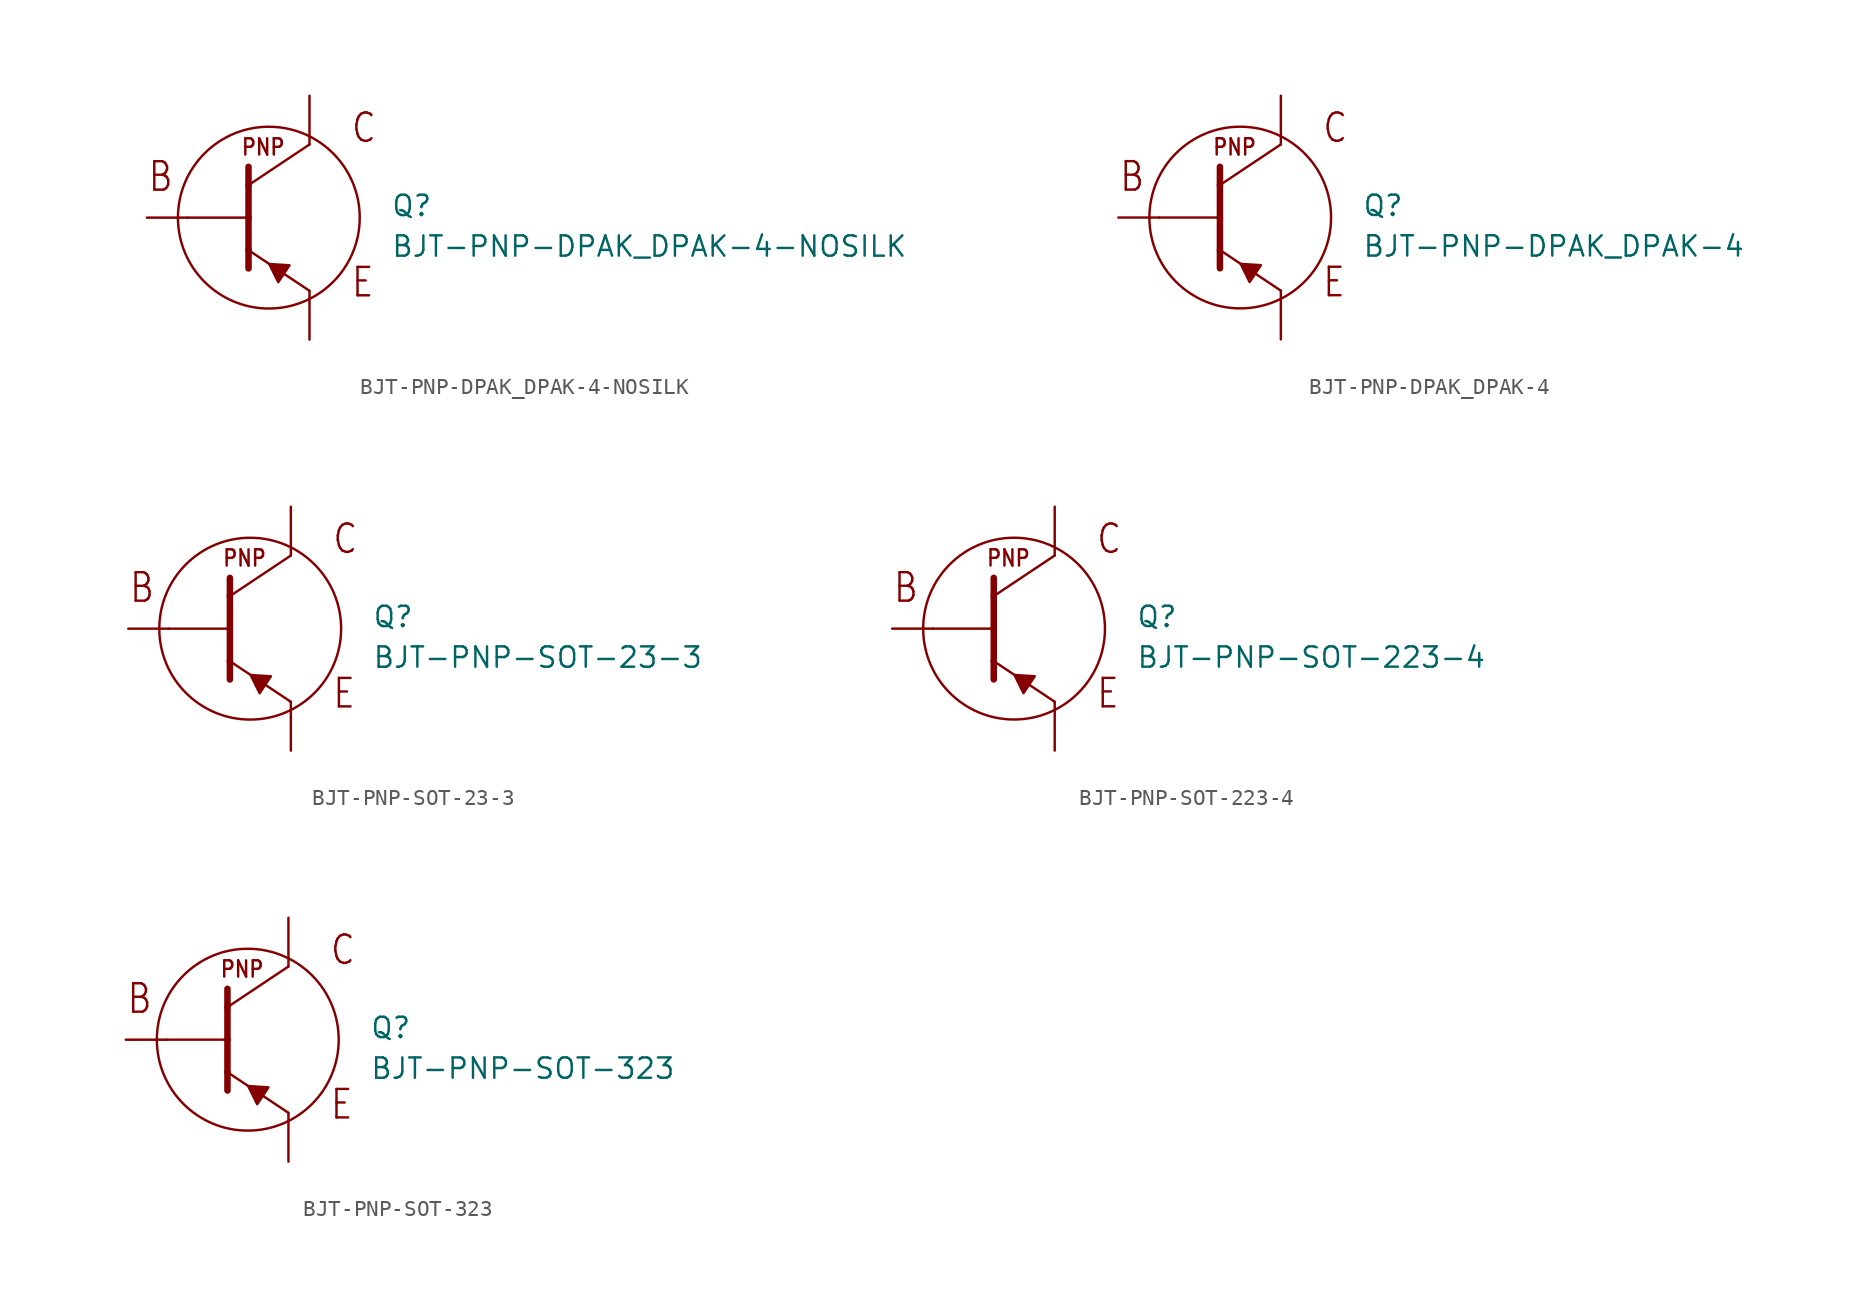
<source format=kicad_sym>
(kicad_symbol_lib
  (version 20211014)
  (generator kicad_symbol_editor)
  (symbol "BJT-PNP-DPAK_DPAK-4-NOSILK"
    (pin_numbers hide)
    (pin_names hide)
    (property "Reference" "Q"
      (at 7.62 0 0)
      (effects (font (size 1.27 1.27)) (justify left bottom)))
    (property "Value" "BJT-PNP-DPAK_DPAK-4-NOSILK"
      (at 7.62 -2.54 0)
      (effects (font (size 1.27 1.27)) (justify left bottom)))
    (property "Datasheet" ""
      (at 0 0 0))
    (property "ki_description" "BJT PNP  - DPAK "
      (at 0 0 0))
    (property "ki_fp_filters" "FlashPCB_Transistors:DPAK_TO-252-4_NOSILK"
      (at 0 0 0))
    (symbol "BJT-PNP-DPAK_DPAK-4-NOSILK_1_1"
      (text "PNP" (at -1.778 3.81 0) (effects (font (size 1.016 0.869)) (justify left bottom)))
      (text "C" (at 5.08 4.572 0) (effects (font (size 1.778 1.52)) (justify left bottom)))
      (text "E" (at 5.08 -5.08 0) (effects (font (size 1.778 1.52)) (justify left bottom)))
      (text "B" (at -7.62 1.524 0) (effects (font (size 1.778 1.52)) (justify left bottom)))
      (polyline (pts (xy 0.588 -4.034) (xy 1.292 -2.977) (xy 0.025 -2.895) (xy 0.588 -4.034)) (stroke (width 0.152) (type default)) (fill (type outline)))
      (polyline (pts (xy -1.27 3.175) (xy -1.27 2.032)) (stroke (width 0.406)) (fill (type none)))
      (polyline (pts (xy -1.27 2.032) (xy -1.27 0)) (stroke (width 0.406)) (fill (type none)))
      (polyline (pts (xy -1.27 0) (xy -1.27 -2.032)) (stroke (width 0.406)) (fill (type none)))
      (polyline (pts (xy -1.27 -2.032) (xy -1.27 -3.175)) (stroke (width 0.406)) (fill (type none)))
      (polyline (pts (xy 2.54 4.572) (xy -1.27 2.032)) (stroke (width 0.152)) (fill (type none)))
      (polyline (pts (xy -1.27 -2.032) (xy 2.54 -4.572)) (stroke (width 0.152)) (fill (type none)))
      (polyline (pts (xy 2.54 -4.572) (xy 2.54 -5.08)) (stroke (width 0.152)) (fill (type none)))
      (polyline (pts (xy 2.54 5.08) (xy 2.54 4.572)) (stroke (width 0.152)) (fill (type none)))
      (polyline (pts (xy -5.08 0) (xy -1.27 0)) (stroke (width 0.152)) (fill (type none)))
      (circle (center 0 0) (radius 5.68) (stroke (width 0.152) (type default)) (fill (type none)))
      (pin bidirectional line (at -7.62 0 0) (length 2.54) (name "B" (effects (font (size 0 0)))) (number "1" (effects (font (size 0 0)))))
      (pin bidirectional line (at 2.54 7.62 270) (length 2.54) (name "C" (effects (font (size 0 0)))) (number "2" (effects (font (size 0 0)))))
      (pin bidirectional line (at 2.54 7.62 270) (length 2.54) hide (name "C" (effects (font (size 0 0)))) (number "4" (effects (font (size 0 0)))))
      (pin bidirectional line (at 2.54 -7.62 90) (length 2.54) (name "E" (effects (font (size 0 0)))) (number "3" (effects (font (size 0 0)))))))
  (symbol "BJT-PNP-DPAK_DPAK-4"
    (pin_numbers hide)
    (pin_names hide)
    (property "Reference" "Q"
      (at 7.62 0 0)
      (effects (font (size 1.27 1.27)) (justify left bottom)))
    (property "Value" "BJT-PNP-DPAK_DPAK-4"
      (at 7.62 -2.54 0)
      (effects (font (size 1.27 1.27)) (justify left bottom)))
    (property "Datasheet" ""
      (at 0 0 0))
    (property "ki_description" "BJT PNP  - DPAK "
      (at 0 0 0))
    (property "ki_fp_filters" "FlashPCB_Transistors:DPAK_TO-252-4"
      (at 0 0 0))
    (symbol "BJT-PNP-DPAK_DPAK-4_1_1"
      (text "PNP" (at -1.778 3.81 0) (effects (font (size 1.016 0.869)) (justify left bottom)))
      (text "C" (at 5.08 4.572 0) (effects (font (size 1.778 1.52)) (justify left bottom)))
      (text "E" (at 5.08 -5.08 0) (effects (font (size 1.778 1.52)) (justify left bottom)))
      (text "B" (at -7.62 1.524 0) (effects (font (size 1.778 1.52)) (justify left bottom)))
      (polyline (pts (xy 0.588 -4.034) (xy 1.292 -2.977) (xy 0.025 -2.895) (xy 0.588 -4.034)) (stroke (width 0.152) (type default)) (fill (type outline)))
      (polyline (pts (xy -1.27 3.175) (xy -1.27 2.032)) (stroke (width 0.406)) (fill (type none)))
      (polyline (pts (xy -1.27 2.032) (xy -1.27 0)) (stroke (width 0.406)) (fill (type none)))
      (polyline (pts (xy -1.27 0) (xy -1.27 -2.032)) (stroke (width 0.406)) (fill (type none)))
      (polyline (pts (xy -1.27 -2.032) (xy -1.27 -3.175)) (stroke (width 0.406)) (fill (type none)))
      (polyline (pts (xy 2.54 4.572) (xy -1.27 2.032)) (stroke (width 0.152)) (fill (type none)))
      (polyline (pts (xy -1.27 -2.032) (xy 2.54 -4.572)) (stroke (width 0.152)) (fill (type none)))
      (polyline (pts (xy 2.54 -4.572) (xy 2.54 -5.08)) (stroke (width 0.152)) (fill (type none)))
      (polyline (pts (xy 2.54 5.08) (xy 2.54 4.572)) (stroke (width 0.152)) (fill (type none)))
      (polyline (pts (xy -5.08 0) (xy -1.27 0)) (stroke (width 0.152)) (fill (type none)))
      (circle (center 0 0) (radius 5.68) (stroke (width 0.152) (type default)) (fill (type none)))
      (pin bidirectional line (at -7.62 0 0) (length 2.54) (name "B" (effects (font (size 0 0)))) (number "1" (effects (font (size 0 0)))))
      (pin bidirectional line (at 2.54 7.62 270) (length 2.54) (name "C" (effects (font (size 0 0)))) (number "2" (effects (font (size 0 0)))))
      (pin bidirectional line (at 2.54 7.62 270) (length 2.54) hide (name "C" (effects (font (size 0 0)))) (number "4" (effects (font (size 0 0)))))
      (pin bidirectional line (at 2.54 -7.62 90) (length 2.54) (name "E" (effects (font (size 0 0)))) (number "3" (effects (font (size 0 0)))))))
  (symbol "BJT-PNP-SOT-23-3"
    (pin_numbers hide)
    (pin_names hide)
    (property "Reference" "Q"
      (at 7.62 0 0)
      (effects (font (size 1.27 1.27)) (justify left bottom)))
    (property "Value" "BJT-PNP-SOT-23-3"
      (at 7.62 -2.54 0)
      (effects (font (size 1.27 1.27)) (justify left bottom)))
    (property "Datasheet" ""
      (at 0 0 0))
    (property "ki_description" "BJT PNP  - SOT-23-3 "
      (at 0 0 0))
    (property "ki_fp_filters" "FlashPCB_Transistors:SOT-23-3 FlashPCB_Transistors:SOT-23-3_NOSILK"
      (at 0 0 0))
    (symbol "BJT-PNP-SOT-23-3_1_1"
      (text "PNP" (at -1.778 3.81 0) (effects (font (size 1.016 0.869)) (justify left bottom)))
      (text "C" (at 5.08 4.572 0) (effects (font (size 1.778 1.52)) (justify left bottom)))
      (text "E" (at 5.08 -5.08 0) (effects (font (size 1.778 1.52)) (justify left bottom)))
      (text "B" (at -7.62 1.524 0) (effects (font (size 1.778 1.52)) (justify left bottom)))
      (polyline (pts (xy 0.588 -4.034) (xy 1.292 -2.977) (xy 0.025 -2.895) (xy 0.588 -4.034)) (stroke (width 0.152) (type default)) (fill (type outline)))
      (polyline (pts (xy -1.27 3.175) (xy -1.27 2.032)) (stroke (width 0.406)) (fill (type none)))
      (polyline (pts (xy -1.27 2.032) (xy -1.27 0)) (stroke (width 0.406)) (fill (type none)))
      (polyline (pts (xy -1.27 0) (xy -1.27 -2.032)) (stroke (width 0.406)) (fill (type none)))
      (polyline (pts (xy -1.27 -2.032) (xy -1.27 -3.175)) (stroke (width 0.406)) (fill (type none)))
      (polyline (pts (xy 2.54 4.572) (xy -1.27 2.032)) (stroke (width 0.152)) (fill (type none)))
      (polyline (pts (xy -1.27 -2.032) (xy 2.54 -4.572)) (stroke (width 0.152)) (fill (type none)))
      (polyline (pts (xy 2.54 -4.572) (xy 2.54 -5.08)) (stroke (width 0.152)) (fill (type none)))
      (polyline (pts (xy 2.54 5.08) (xy 2.54 4.572)) (stroke (width 0.152)) (fill (type none)))
      (polyline (pts (xy -5.08 0) (xy -1.27 0)) (stroke (width 0.152)) (fill (type none)))
      (circle (center 0 0) (radius 5.68) (stroke (width 0.152) (type default)) (fill (type none)))
      (pin bidirectional line (at -7.62 0 0) (length 2.54) (name "B" (effects (font (size 0 0)))) (number "1" (effects (font (size 0 0)))))
      (pin bidirectional line (at 2.54 7.62 270) (length 2.54) (name "C" (effects (font (size 0 0)))) (number "3" (effects (font (size 0 0)))))
      (pin bidirectional line (at 2.54 -7.62 90) (length 2.54) (name "E" (effects (font (size 0 0)))) (number "2" (effects (font (size 0 0)))))))
  (symbol "BJT-PNP-SOT-223-4"
    (pin_numbers hide)
    (pin_names hide)
    (property "Reference" "Q"
      (at 7.62 0 0)
      (effects (font (size 1.27 1.27)) (justify left bottom)))
    (property "Value" "BJT-PNP-SOT-223-4"
      (at 7.62 -2.54 0)
      (effects (font (size 1.27 1.27)) (justify left bottom)))
    (property "Datasheet" ""
      (at 0 0 0))
    (property "ki_description" "BJT PNP  - SOT-223-4 "
      (at 0 0 0))
    (property "ki_fp_filters" "FlashPCB_Transistors:SOT-223-4 FlashPCB_Transistors:SOT-223-4_NOSILK"
      (at 0 0 0))
    (symbol "BJT-PNP-SOT-223-4_1_1"
      (text "PNP" (at -1.778 3.81 0) (effects (font (size 1.016 0.869)) (justify left bottom)))
      (text "C" (at 5.08 4.572 0) (effects (font (size 1.778 1.52)) (justify left bottom)))
      (text "E" (at 5.08 -5.08 0) (effects (font (size 1.778 1.52)) (justify left bottom)))
      (text "B" (at -7.62 1.524 0) (effects (font (size 1.778 1.52)) (justify left bottom)))
      (polyline (pts (xy 0.588 -4.034) (xy 1.292 -2.977) (xy 0.025 -2.895) (xy 0.588 -4.034)) (stroke (width 0.152) (type default)) (fill (type outline)))
      (polyline (pts (xy -1.27 3.175) (xy -1.27 2.032)) (stroke (width 0.406)) (fill (type none)))
      (polyline (pts (xy -1.27 2.032) (xy -1.27 0)) (stroke (width 0.406)) (fill (type none)))
      (polyline (pts (xy -1.27 0) (xy -1.27 -2.032)) (stroke (width 0.406)) (fill (type none)))
      (polyline (pts (xy -1.27 -2.032) (xy -1.27 -3.175)) (stroke (width 0.406)) (fill (type none)))
      (polyline (pts (xy 2.54 4.572) (xy -1.27 2.032)) (stroke (width 0.152)) (fill (type none)))
      (polyline (pts (xy -1.27 -2.032) (xy 2.54 -4.572)) (stroke (width 0.152)) (fill (type none)))
      (polyline (pts (xy 2.54 -4.572) (xy 2.54 -5.08)) (stroke (width 0.152)) (fill (type none)))
      (polyline (pts (xy 2.54 5.08) (xy 2.54 4.572)) (stroke (width 0.152)) (fill (type none)))
      (polyline (pts (xy -5.08 0) (xy -1.27 0)) (stroke (width 0.152)) (fill (type none)))
      (circle (center 0 0) (radius 5.68) (stroke (width 0.152) (type default)) (fill (type none)))
      (pin bidirectional line (at -7.62 0 0) (length 2.54) (name "B" (effects (font (size 0 0)))) (number "1" (effects (font (size 0 0)))))
      (pin bidirectional line (at 2.54 7.62 270) (length 2.54) (name "C" (effects (font (size 0 0)))) (number "2" (effects (font (size 0 0)))))
      (pin bidirectional line (at 2.54 7.62 270) (length 2.54) hide (name "C" (effects (font (size 0 0)))) (number "4" (effects (font (size 0 0)))))
      (pin bidirectional line (at 2.54 -7.62 90) (length 2.54) (name "E" (effects (font (size 0 0)))) (number "3" (effects (font (size 0 0)))))))
  (symbol "BJT-PNP-SOT-323"
    (pin_numbers hide)
    (pin_names hide)
    (property "Reference" "Q"
      (at 7.62 0 0)
      (effects (font (size 1.27 1.27)) (justify left bottom)))
    (property "Value" "BJT-PNP-SOT-323"
      (at 7.62 -2.54 0)
      (effects (font (size 1.27 1.27)) (justify left bottom)))
    (property "Datasheet" ""
      (at 0 0 0))
    (property "ki_description" "BJT PNP  - SOT-323 "
      (at 0 0 0))
    (property "ki_fp_filters" "FlashPCB_Transistors:SOT-323 FlashPCB_Transistors:SOT-323_NOSILK"
      (at 0 0 0))
    (symbol "BJT-PNP-SOT-323_1_1"
      (text "PNP" (at -1.778 3.81 0) (effects (font (size 1.016 0.869)) (justify left bottom)))
      (text "C" (at 5.08 4.572 0) (effects (font (size 1.778 1.52)) (justify left bottom)))
      (text "E" (at 5.08 -5.08 0) (effects (font (size 1.778 1.52)) (justify left bottom)))
      (text "B" (at -7.62 1.524 0) (effects (font (size 1.778 1.52)) (justify left bottom)))
      (polyline (pts (xy 0.588 -4.034) (xy 1.292 -2.977) (xy 0.025 -2.895) (xy 0.588 -4.034)) (stroke (width 0.152) (type default)) (fill (type outline)))
      (polyline (pts (xy -1.27 3.175) (xy -1.27 2.032)) (stroke (width 0.406)) (fill (type none)))
      (polyline (pts (xy -1.27 2.032) (xy -1.27 0)) (stroke (width 0.406)) (fill (type none)))
      (polyline (pts (xy -1.27 0) (xy -1.27 -2.032)) (stroke (width 0.406)) (fill (type none)))
      (polyline (pts (xy -1.27 -2.032) (xy -1.27 -3.175)) (stroke (width 0.406)) (fill (type none)))
      (polyline (pts (xy 2.54 4.572) (xy -1.27 2.032)) (stroke (width 0.152)) (fill (type none)))
      (polyline (pts (xy -1.27 -2.032) (xy 2.54 -4.572)) (stroke (width 0.152)) (fill (type none)))
      (polyline (pts (xy 2.54 -4.572) (xy 2.54 -5.08)) (stroke (width 0.152)) (fill (type none)))
      (polyline (pts (xy 2.54 5.08) (xy 2.54 4.572)) (stroke (width 0.152)) (fill (type none)))
      (polyline (pts (xy -5.08 0) (xy -1.27 0)) (stroke (width 0.152)) (fill (type none)))
      (circle (center 0 0) (radius 5.68) (stroke (width 0.152) (type default)) (fill (type none)))
      (pin bidirectional line (at -7.62 0 0) (length 2.54) (name "B" (effects (font (size 0 0)))) (number "1" (effects (font (size 0 0)))))
      (pin bidirectional line (at 2.54 7.62 270) (length 2.54) (name "C" (effects (font (size 0 0)))) (number "3" (effects (font (size 0 0)))))
      (pin bidirectional line (at 2.54 -7.62 90) (length 2.54) (name "E" (effects (font (size 0 0)))) (number "2" (effects (font (size 0 0))))))))
</source>
